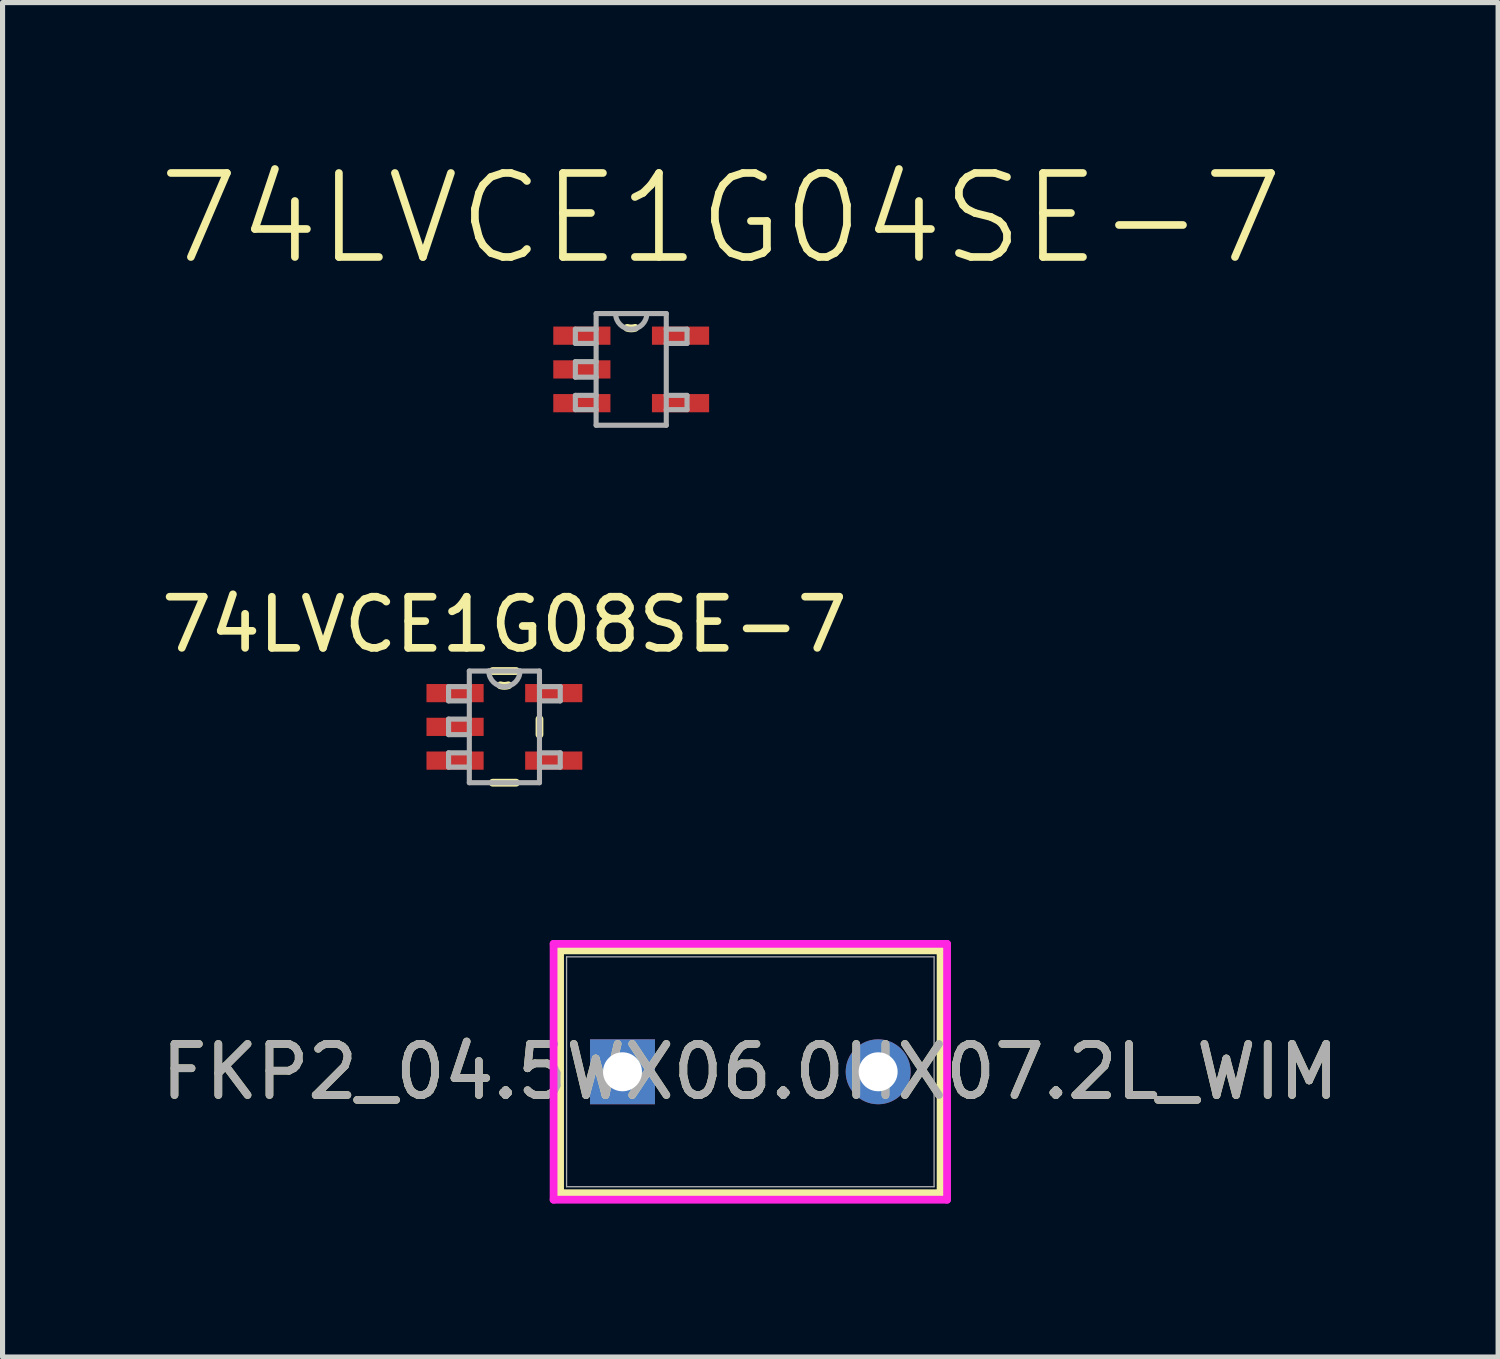
<source format=kicad_pcb>
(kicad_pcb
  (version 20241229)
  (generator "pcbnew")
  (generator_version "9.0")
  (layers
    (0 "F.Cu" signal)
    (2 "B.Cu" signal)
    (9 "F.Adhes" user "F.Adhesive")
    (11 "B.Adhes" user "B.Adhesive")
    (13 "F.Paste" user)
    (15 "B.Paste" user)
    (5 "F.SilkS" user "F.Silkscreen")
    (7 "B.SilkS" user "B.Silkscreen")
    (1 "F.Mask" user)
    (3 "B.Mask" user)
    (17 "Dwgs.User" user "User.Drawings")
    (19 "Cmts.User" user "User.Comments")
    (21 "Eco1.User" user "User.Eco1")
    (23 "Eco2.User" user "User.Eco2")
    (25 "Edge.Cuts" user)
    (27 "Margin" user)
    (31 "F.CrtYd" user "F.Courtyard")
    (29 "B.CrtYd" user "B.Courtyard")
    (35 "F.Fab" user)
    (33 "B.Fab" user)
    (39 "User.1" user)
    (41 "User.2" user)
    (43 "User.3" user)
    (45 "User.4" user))
  (footprint "74LVCE1G04SE-7"
    (layer "F.Cu")
    (at 9.295 4.175)
    (property "Reference" "74LVCE1G04SE-7" (at 1.755 -2.951 0) (layer "F.SilkS") (effects (font (size 1.643 1.643) (thickness 0.15))))
    (attr smd)
    (fp_arc (start 0.0762 -0.8128) (mid 0 -0.801752) (end -0.0762 -0.8128) (stroke (width 0.1524) (type solid)) (layer "F.SilkS"))
    (fp_line (start -1.092 -0.787) (end -1.092 -0.508) (stroke (width 0.1) (type solid)) (layer "F.Fab"))
    (fp_line (start -1.092 -0.508) (end -0.686 -0.508) (stroke (width 0.1) (type solid)) (layer "F.Fab"))
    (fp_line (start -1.092 -0.152) (end -1.092 0.152) (stroke (width 0.1) (type solid)) (layer "F.Fab"))
    (fp_line (start -1.092 0.152) (end -0.686 0.152) (stroke (width 0.1) (type solid)) (layer "F.Fab"))
    (fp_line (start -1.092 0.508) (end -1.092 0.787) (stroke (width 0.1) (type solid)) (layer "F.Fab"))
    (fp_line (start -1.092 0.787) (end -0.686 0.787) (stroke (width 0.1) (type solid)) (layer "F.Fab"))
    (fp_line (start -0.686 -1.092) (end -0.686 -0.787) (stroke (width 0.1) (type solid)) (layer "F.Fab"))
    (fp_line (start -0.686 -0.787) (end -1.092 -0.787) (stroke (width 0.1) (type solid)) (layer "F.Fab"))
    (fp_line (start -0.686 -0.787) (end -0.686 -0.508) (stroke (width 0.1) (type solid)) (layer "F.Fab"))
    (fp_line (start -0.686 -0.508) (end -0.686 -0.152) (stroke (width 0.1) (type solid)) (layer "F.Fab"))
    (fp_line (start -0.686 -0.152) (end -1.092 -0.152) (stroke (width 0.1) (type solid)) (layer "F.Fab"))
    (fp_line (start -0.686 -0.152) (end -0.686 0.152) (stroke (width 0.1) (type solid)) (layer "F.Fab"))
    (fp_line (start -0.686 0.152) (end -0.686 0.508) (stroke (width 0.1) (type solid)) (layer "F.Fab"))
    (fp_line (start -0.686 0.508) (end -1.092 0.508) (stroke (width 0.1) (type solid)) (layer "F.Fab"))
    (fp_line (start -0.686 0.508) (end -0.686 0.787) (stroke (width 0.1) (type solid)) (layer "F.Fab"))
    (fp_line (start -0.686 0.787) (end -0.686 1.092) (stroke (width 0.1) (type solid)) (layer "F.Fab"))
    (fp_line (start -0.686 1.092) (end 0.686 1.092) (stroke (width 0.1) (type solid)) (layer "F.Fab"))
    (fp_line (start -0.305 -1.092) (end -0.686 -1.092) (stroke (width 0.1) (type solid)) (layer "F.Fab"))
    (fp_line (start 0.305 -1.092) (end -0.305 -1.092) (stroke (width 0.1) (type solid)) (layer "F.Fab"))
    (fp_line (start 0.686 -1.092) (end 0.305 -1.092) (stroke (width 0.1) (type solid)) (layer "F.Fab"))
    (fp_line (start 0.686 -0.787) (end 0.686 -1.092) (stroke (width 0.1) (type solid)) (layer "F.Fab"))
    (fp_line (start 0.686 -0.508) (end 0.686 -0.787) (stroke (width 0.1) (type solid)) (layer "F.Fab"))
    (fp_line (start 0.686 -0.508) (end 1.092 -0.508) (stroke (width 0.1) (type solid)) (layer "F.Fab"))
    (fp_line (start 0.686 0.508) (end 0.686 -0.508) (stroke (width 0.1) (type solid)) (layer "F.Fab"))
    (fp_line (start 0.686 0.787) (end 0.686 0.508) (stroke (width 0.1) (type solid)) (layer "F.Fab"))
    (fp_line (start 0.686 0.787) (end 1.092 0.787) (stroke (width 0.1) (type solid)) (layer "F.Fab"))
    (fp_line (start 0.686 1.092) (end 0.686 0.787) (stroke (width 0.1) (type solid)) (layer "F.Fab"))
    (fp_line (start 1.092 -0.787) (end 0.686 -0.787) (stroke (width 0.1) (type solid)) (layer "F.Fab"))
    (fp_line (start 1.092 -0.508) (end 1.092 -0.787) (stroke (width 0.1) (type solid)) (layer "F.Fab"))
    (fp_line (start 1.092 0.508) (end 0.686 0.508) (stroke (width 0.1) (type solid)) (layer "F.Fab"))
    (fp_line (start 1.092 0.787) (end 1.092 0.508) (stroke (width 0.1) (type solid)) (layer "F.Fab"))
    (fp_arc (start 0.3048 -1.0922) (mid 0 -0.7874) (end -0.3048 -1.0922) (stroke (width 0.1) (type solid)) (layer "F.Fab"))
    (pad "1" smd rect (at -0.965 -0.66) (size 1.118 0.356) (layers "F.Cu" "F.Mask" "F.Paste"))
    (pad "2" smd rect (at -0.965 0) (size 1.118 0.356) (layers "F.Cu" "F.Mask" "F.Paste"))
    (pad "3" smd rect (at -0.965 0.66) (size 1.118 0.356) (layers "F.Cu" "F.Mask" "F.Paste"))
    (pad "4" smd rect (at 0.965 0.66) (size 1.118 0.356) (layers "F.Cu" "F.Mask" "F.Paste"))
    (pad "5" smd rect (at 0.965 -0.66) (size 1.118 0.356) (layers "F.Cu" "F.Mask" "F.Paste")))
  (footprint "FKP2_04.5WX06.0HX07.2L_WIM"
    (layer "F.Cu")
    (at 9.125 17.912)
    (property "Reference" "FKP2_04.5WX06.0HX07.2L_WIM" (at 2.5 0 0) (unlocked yes) (layer "F.SilkS") (effects (font (size 1 1) (thickness 0.15))))
    (attr through_hole)
    (fp_line (start -1.221 -2.375) (end -1.221 2.375) (stroke (width 0.152) (type solid)) (layer "F.SilkS"))
    (fp_line (start 6.221 -2.375) (end -1.221 -2.375) (stroke (width 0.152) (type solid)) (layer "F.SilkS"))
    (fp_line (start 6.221 -2.375) (end 6.221 2.375) (stroke (width 0.152) (type solid)) (layer "F.SilkS"))
    (fp_line (start 6.221 2.375) (end -1.221 2.375) (stroke (width 0.152) (type solid)) (layer "F.SilkS"))
    (fp_line (start -1.348 -2.502) (end 6.348 -2.502) (stroke (width 0.152) (type solid)) (layer "F.CrtYd"))
    (fp_line (start -1.348 2.502) (end -1.348 -2.502) (stroke (width 0.152) (type solid)) (layer "F.CrtYd"))
    (fp_line (start 6.348 -2.502) (end 6.348 2.502) (stroke (width 0.152) (type solid)) (layer "F.CrtYd"))
    (fp_line (start 6.348 2.502) (end -1.348 2.502) (stroke (width 0.152) (type solid)) (layer "F.CrtYd"))
    (fp_line (start -1.094 -2.248) (end -1.094 2.248) (stroke (width 0.025) (type solid)) (layer "F.Fab"))
    (fp_line (start 6.094 -2.248) (end -1.094 -2.248) (stroke (width 0.025) (type solid)) (layer "F.Fab"))
    (fp_line (start 6.094 -2.248) (end 6.094 2.248) (stroke (width 0.025) (type solid)) (layer "F.Fab"))
    (fp_line (start 6.094 2.248) (end -1.094 2.248) (stroke (width 0.025) (type solid)) (layer "F.Fab"))
    (fp_circle (center -0.586 0) (end -0.586 0) (stroke (width 0.025) (type solid)) (fill no) (layer "F.Fab"))
    (fp_text user "${REFERENCE}" (at 2.5 0 0) (unlocked yes) (layer "F.Fab") (effects (font (size 1 1) (thickness 0.15))))
    (pad "1" thru_hole rect (at 0 0) (size 1.27 1.27) (drill 0.762) (layers "*.Cu" "*.Mask"))
    (pad "2" thru_hole circle (at 5 0) (size 1.27 1.27) (drill 0.762) (layers "*.Cu" "*.Mask")))
  (footprint "74LVCE1G08SE-7"
    (layer "F.Cu")
    (at 6.815 11.166)
    (property "Reference" "74LVCE1G08SE-7" (at 0 -2 0) (layer "F.SilkS") (effects (font (size 1 1) (thickness 0.15))))
    (attr smd)
    (fp_line (start -0.229 1.092) (end 0.229 1.092) (stroke (width 0.152) (type solid)) (layer "F.SilkS"))
    (fp_line (start 0.229 -1.092) (end -0.229 -1.092) (stroke (width 0.152) (type solid)) (layer "F.SilkS"))
    (fp_line (start 0.686 0.152) (end 0.686 -0.152) (stroke (width 0.152) (type solid)) (layer "F.SilkS"))
    (fp_arc (start 0.0762 -0.8128) (mid 0 -0.801752) (end -0.0762 -0.8128) (stroke (width 0.1524) (type solid)) (layer "F.SilkS"))
    (fp_line (start -1.092 -0.787) (end -1.092 -0.508) (stroke (width 0.1) (type solid)) (layer "F.Fab"))
    (fp_line (start -1.092 -0.508) (end -0.686 -0.508) (stroke (width 0.1) (type solid)) (layer "F.Fab"))
    (fp_line (start -1.092 -0.152) (end -1.092 0.152) (stroke (width 0.1) (type solid)) (layer "F.Fab"))
    (fp_line (start -1.092 0.152) (end -0.686 0.152) (stroke (width 0.1) (type solid)) (layer "F.Fab"))
    (fp_line (start -1.092 0.508) (end -1.092 0.787) (stroke (width 0.1) (type solid)) (layer "F.Fab"))
    (fp_line (start -1.092 0.787) (end -0.686 0.787) (stroke (width 0.1) (type solid)) (layer "F.Fab"))
    (fp_line (start -0.686 -1.092) (end -0.686 -0.787) (stroke (width 0.1) (type solid)) (layer "F.Fab"))
    (fp_line (start -0.686 -0.787) (end -1.092 -0.787) (stroke (width 0.1) (type solid)) (layer "F.Fab"))
    (fp_line (start -0.686 -0.787) (end -0.686 -0.508) (stroke (width 0.1) (type solid)) (layer "F.Fab"))
    (fp_line (start -0.686 -0.508) (end -0.686 -0.152) (stroke (width 0.1) (type solid)) (layer "F.Fab"))
    (fp_line (start -0.686 -0.152) (end -1.092 -0.152) (stroke (width 0.1) (type solid)) (layer "F.Fab"))
    (fp_line (start -0.686 -0.152) (end -0.686 0.152) (stroke (width 0.1) (type solid)) (layer "F.Fab"))
    (fp_line (start -0.686 0.152) (end -0.686 0.508) (stroke (width 0.1) (type solid)) (layer "F.Fab"))
    (fp_line (start -0.686 0.508) (end -1.092 0.508) (stroke (width 0.1) (type solid)) (layer "F.Fab"))
    (fp_line (start -0.686 0.508) (end -0.686 0.787) (stroke (width 0.1) (type solid)) (layer "F.Fab"))
    (fp_line (start -0.686 0.787) (end -0.686 1.092) (stroke (width 0.1) (type solid)) (layer "F.Fab"))
    (fp_line (start -0.686 1.092) (end 0.686 1.092) (stroke (width 0.1) (type solid)) (layer "F.Fab"))
    (fp_line (start -0.305 -1.092) (end -0.686 -1.092) (stroke (width 0.1) (type solid)) (layer "F.Fab"))
    (fp_line (start 0.305 -1.092) (end -0.305 -1.092) (stroke (width 0.1) (type solid)) (layer "F.Fab"))
    (fp_line (start 0.686 -1.092) (end 0.305 -1.092) (stroke (width 0.1) (type solid)) (layer "F.Fab"))
    (fp_line (start 0.686 -0.787) (end 0.686 -1.092) (stroke (width 0.1) (type solid)) (layer "F.Fab"))
    (fp_line (start 0.686 -0.508) (end 0.686 -0.787) (stroke (width 0.1) (type solid)) (layer "F.Fab"))
    (fp_line (start 0.686 -0.508) (end 1.092 -0.508) (stroke (width 0.1) (type solid)) (layer "F.Fab"))
    (fp_line (start 0.686 0.508) (end 0.686 -0.508) (stroke (width 0.1) (type solid)) (layer "F.Fab"))
    (fp_line (start 0.686 0.787) (end 0.686 0.508) (stroke (width 0.1) (type solid)) (layer "F.Fab"))
    (fp_line (start 0.686 0.787) (end 1.092 0.787) (stroke (width 0.1) (type solid)) (layer "F.Fab"))
    (fp_line (start 0.686 1.092) (end 0.686 0.787) (stroke (width 0.1) (type solid)) (layer "F.Fab"))
    (fp_line (start 1.092 -0.787) (end 0.686 -0.787) (stroke (width 0.1) (type solid)) (layer "F.Fab"))
    (fp_line (start 1.092 -0.508) (end 1.092 -0.787) (stroke (width 0.1) (type solid)) (layer "F.Fab"))
    (fp_line (start 1.092 0.508) (end 0.686 0.508) (stroke (width 0.1) (type solid)) (layer "F.Fab"))
    (fp_line (start 1.092 0.787) (end 1.092 0.508) (stroke (width 0.1) (type solid)) (layer "F.Fab"))
    (fp_arc (start 0.3048 -1.0922) (mid 0 -0.7874) (end -0.3048 -1.0922) (stroke (width 0.1) (type solid)) (layer "F.Fab"))
    (pad "1" smd rect (at -0.965 -0.66) (size 1.118 0.356) (layers "F.Cu" "F.Mask" "F.Paste"))
    (pad "2" smd rect (at -0.965 0) (size 1.118 0.356) (layers "F.Cu" "F.Mask" "F.Paste"))
    (pad "3" smd rect (at -0.965 0.66) (size 1.118 0.356) (layers "F.Cu" "F.Mask" "F.Paste"))
    (pad "4" smd rect (at 0.965 0.66) (size 1.118 0.356) (layers "F.Cu" "F.Mask" "F.Paste"))
    (pad "5" smd rect (at 0.965 -0.66) (size 1.118 0.356) (layers "F.Cu" "F.Mask" "F.Paste")))
  (gr_rect
    (start -3 -3)
    (end 26.25 23.49)
    (stroke (width 0.1) (type default))
    (fill no)
    (layer "Edge.Cuts")))
</source>
